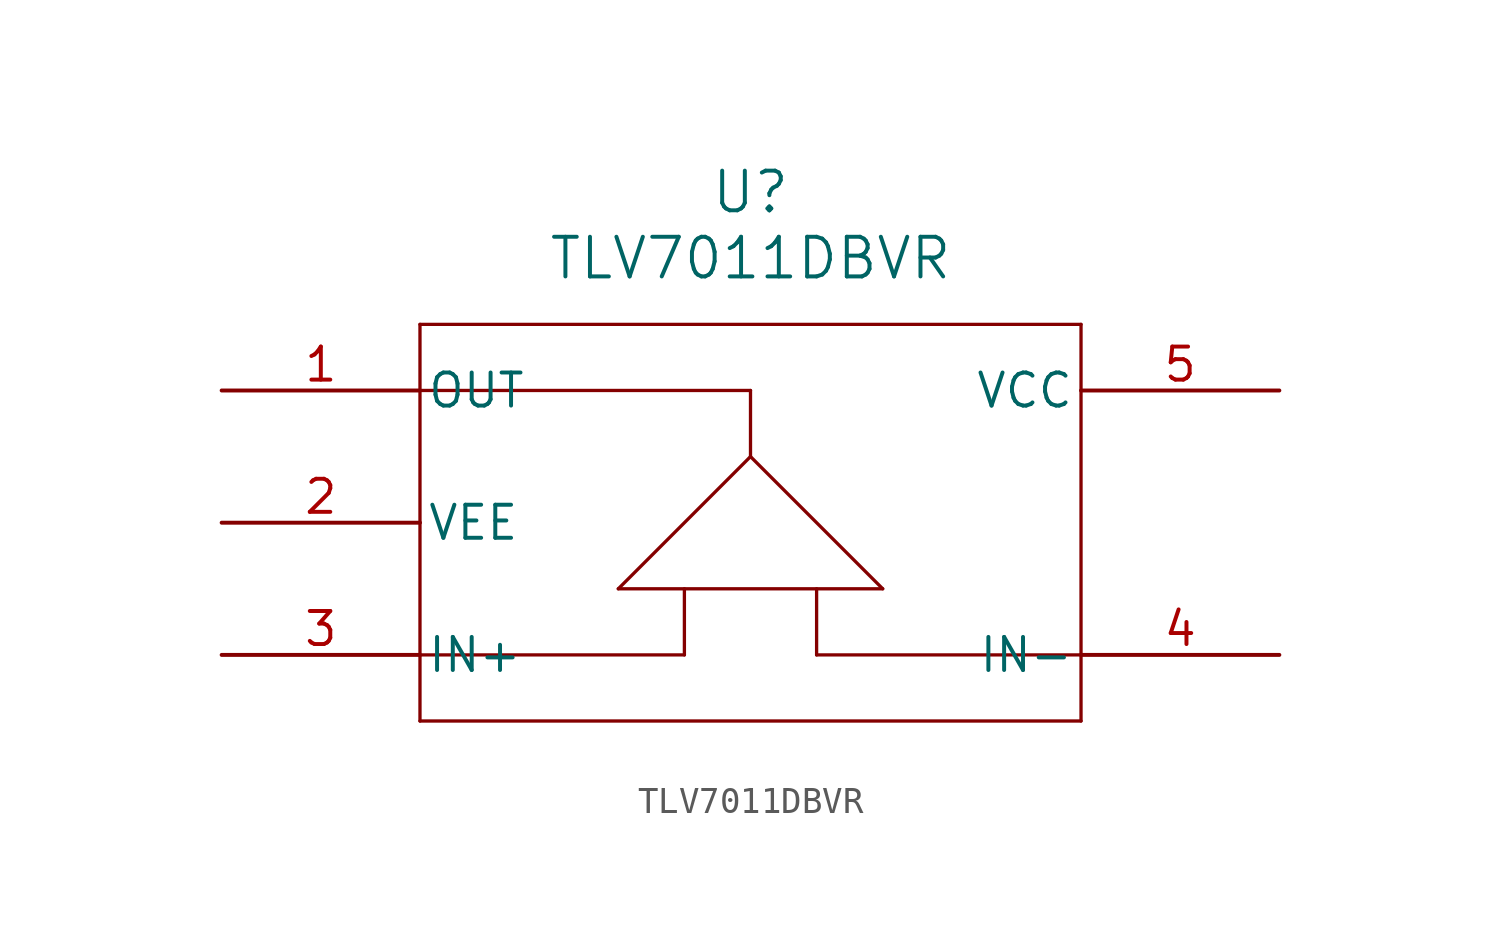
<source format=kicad_sym>
(kicad_symbol_lib
  (version 20211014)
  (generator kicad_symbol_editor)
  (symbol "TLV7011DBVR"
    (pin_names
      (offset 0.254))
    (property "Reference" "U"
      (at 20.32 7.62 0)
      (effects (font (size 1.524 1.524))))
    (property "Value" "TLV7011DBVR"
      (at 20.32 5.08 0)
      (effects (font (size 1.524 1.524))))
    (symbol "TLV7011DBVR_0_1"
      (polyline (pts (xy 7.62 2.54) (xy 7.62 -12.7)) (stroke (width 0.127) (type default) (color 0 0 0 0)) (fill (type none)))
      (polyline (pts (xy 7.62 -12.7) (xy 33.02 -12.7)) (stroke (width 0.127) (type default) (color 0 0 0 0)) (fill (type none)))
      (polyline (pts (xy 33.02 -12.7) (xy 33.02 2.54)) (stroke (width 0.127) (type default) (color 0 0 0 0)) (fill (type none)))
      (polyline (pts (xy 33.02 2.54) (xy 7.62 2.54)) (stroke (width 0.127) (type default) (color 0 0 0 0)) (fill (type none)))
      (polyline (pts (xy 7.62 0) (xy 20.32 0)) (stroke (width 0.127) (type default) (color 0 0 0 0)) (fill (type none)))
      (polyline (pts (xy 20.32 0) (xy 20.32 -2.54)) (stroke (width 0.127) (type default) (color 0 0 0 0)) (fill (type none)))
      (polyline (pts (xy 20.32 -2.54) (xy 15.24 -7.62)) (stroke (width 0.127) (type default) (color 0 0 0 0)) (fill (type none)))
      (polyline (pts (xy 15.24 -7.62) (xy 25.4 -7.62)) (stroke (width 0.127) (type default) (color 0 0 0 0)) (fill (type none)))
      (polyline (pts (xy 25.4 -7.62) (xy 20.32 -2.54)) (stroke (width 0.127) (type default) (color 0 0 0 0)) (fill (type none)))
      (polyline (pts (xy 7.62 -10.16) (xy 17.78 -10.16)) (stroke (width 0.127) (type default) (color 0 0 0 0)) (fill (type none)))
      (polyline (pts (xy 17.78 -7.62) (xy 17.78 -10.16)) (stroke (width 0.127) (type default) (color 0 0 0 0)) (fill (type none)))
      (polyline (pts (xy 22.86 -10.16) (xy 22.86 -7.62)) (stroke (width 0.127) (type default) (color 0 0 0 0)) (fill (type none)))
      (polyline (pts (xy 22.86 -10.16) (xy 33.02 -10.16)) (stroke (width 0.127) (type default) (color 0 0 0 0)) (fill (type none)))
      (pin output line (at 0 0 0) (length 7.62) (name "OUT" (effects (font (size 1.27 1.27)))) (number "1" (effects (font (size 1.27 1.27)))))
      (pin power_in line (at 0 -5.08 0) (length 7.62) (name "VEE" (effects (font (size 1.27 1.27)))) (number "2" (effects (font (size 1.27 1.27)))))
      (pin input line (at 0 -10.16 0) (length 7.62) (name "IN+" (effects (font (size 1.27 1.27)))) (number "3" (effects (font (size 1.27 1.27)))))
      (pin input line (at 40.64 -10.16 180) (length 7.62) (name "IN-" (effects (font (size 1.27 1.27)))) (number "4" (effects (font (size 1.27 1.27)))))
      (pin power_in line (at 40.64 0 180) (length 7.62) (name "VCC" (effects (font (size 1.27 1.27)))) (number "5" (effects (font (size 1.27 1.27))))))))
</source>
